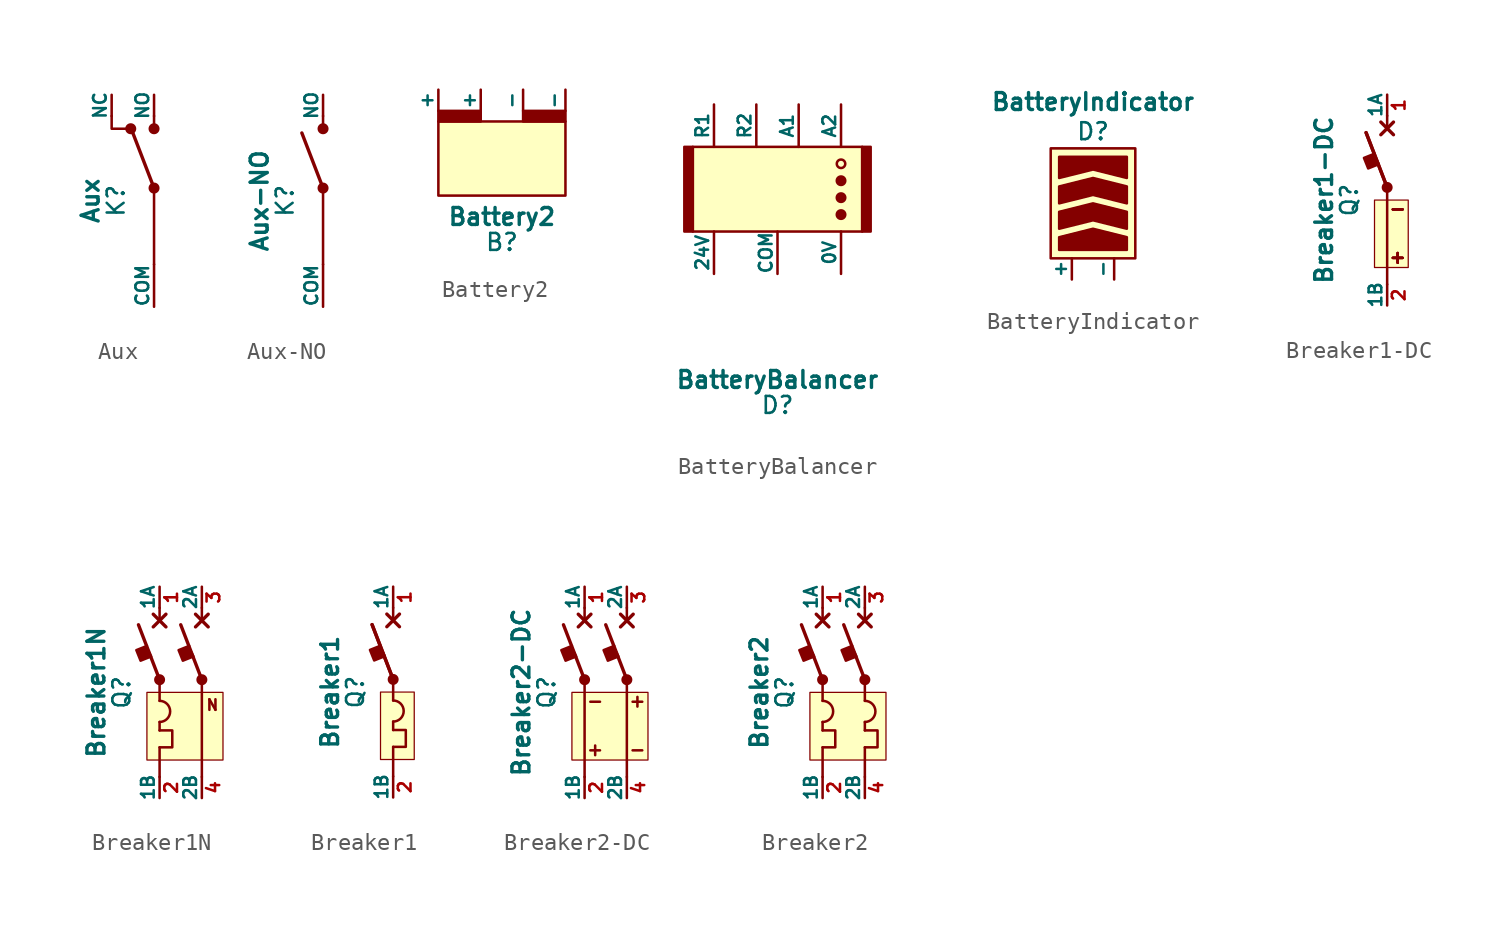
<source format=kicad_sym>
(kicad_symbol_lib
  (version 20231120)
  (generator "kicad_symbol_editor")
  (generator_version "8.0")
  (symbol "Aux"
    (pin_numbers hide)
    (pin_names
      (offset 0))
    (property "Reference" "K"
      (at -2.286 0 90)
      (effects (font (size 1.016 1.016))))
    (property "Value" "Aux"
      (at -3.81 0 90)
      (effects (font (size 1.016 1.016) (bold yes))))
    (symbol "Aux_0_1"
      (polyline (pts (xy 0 0.762) (xy 0 -3.81)) (stroke (width 0) (type solid)) (fill (type none)))
      (polyline (pts (xy 0 5.08) (xy 0 4.318)) (stroke (width 0) (type solid)) (fill (type none)))
      (polyline (pts (xy -2.54 5.08) (xy -2.54 4.318) (xy -1.397 4.318)) (stroke (width 0) (type solid)) (fill (type none))))
    (symbol "Aux_1_1"
      (circle (center -1.397 4.318) (radius 0.254) (stroke (width 0) (type solid)) (fill (type outline)))
      (polyline (pts (xy 0 0.762) (xy -1.27 4.064)) (stroke (width 0.203) (type solid)) (fill (type none)))
      (circle (center 0 0.762) (radius 0.254) (stroke (width 0) (type solid)) (fill (type outline)))
      (circle (center 0 4.318) (radius 0.254) (stroke (width 0) (type solid)) (fill (type outline)))
      (pin passive line (at 0 -6.35 90) (length 2.54) (name "COM" (effects (font (size 0.762 0.762)))) (number "1" (effects (font (size 0.762 0.762)))))
      (pin passive line (at 0 6.35 270) (length 1.27) (name "NO" (effects (font (size 0.762 0.762)))) (number "2" (effects (font (size 0.762 0.762)))))
      (pin passive line (at -2.54 6.35 270) (length 1.27) (name "NC" (effects (font (size 0.762 0.762)))) (number "3" (effects (font (size 0.762 0.762)))))))
  (symbol "Aux-NO"
    (pin_numbers hide)
    (pin_names
      (offset 0))
    (property "Reference" "K"
      (at -2.286 0 90)
      (effects (font (size 1.016 1.016))))
    (property "Value" "Aux-NO"
      (at -3.81 0 90)
      (effects (font (size 1.016 1.016) (bold yes))))
    (symbol "Aux-NO_0_1"
      (polyline (pts (xy 0 0.762) (xy 0 -3.81)) (stroke (width 0) (type solid)) (fill (type none)))
      (polyline (pts (xy 0 5.08) (xy 0 4.318)) (stroke (width 0) (type solid)) (fill (type none))))
    (symbol "Aux-NO_1_1"
      (polyline (pts (xy 0 0.762) (xy -1.27 4.064)) (stroke (width 0.203) (type solid)) (fill (type none)))
      (circle (center 0 0.762) (radius 0.254) (stroke (width 0) (type solid)) (fill (type outline)))
      (circle (center 0 4.318) (radius 0.254) (stroke (width 0) (type solid)) (fill (type outline)))
      (pin passive line (at 0 -6.35 90) (length 2.54) (name "COM" (effects (font (size 0.762 0.762)))) (number "1" (effects (font (size 0.762 0.762)))))
      (pin passive line (at 0 6.35 270) (length 1.27) (name "NO" (effects (font (size 0.762 0.762)))) (number "2" (effects (font (size 0.762 0.762)))))))
  (symbol "Battery2"
    (pin_numbers hide)
    (pin_names
      (offset 0))
    (property "Reference" "B"
      (at 0 -5.334 0)
      (effects (font (size 1.016 1.016))))
    (property "Value" "Battery2"
      (at 0 -3.81 0)
      (effects (font (size 1.016 1.016) (bold yes))))
    (symbol "Battery2_0_1"
      (rectangle (start -3.81 1.905) (end 3.81 -2.54) (stroke (width 0) (type solid)) (fill (type background)))
      (rectangle (start -3.81 2.54) (end -1.27 1.905) (stroke (width 0) (type solid)) (fill (type outline)))
      (rectangle (start 1.27 2.54) (end 3.81 1.905) (stroke (width 0) (type solid)) (fill (type outline))))
    (symbol "Battery2_1_1"
      (pin passive line (at -3.81 3.81 270) (length 1.27) (name "+" (effects (font (size 0.762 0.762)))) (number "1" (effects (font (size 0.762 0.762)))))
      (pin passive line (at -1.27 3.81 270) (length 1.27) (name "+" (effects (font (size 0.762 0.762)))) (number "2" (effects (font (size 0.762 0.762)))))
      (pin passive line (at 1.27 3.81 270) (length 1.27) (name "-" (effects (font (size 0.762 0.762)))) (number "3" (effects (font (size 0.762 0.762)))))
      (pin passive line (at 3.81 3.81 270) (length 1.27) (name "-" (effects (font (size 0.762 0.762)))) (number "4" (effects (font (size 0.762 0.762)))))))
  (symbol "BatteryBalancer"
    (pin_numbers hide)
    (pin_names
      (offset 0))
    (property "Reference" "D"
      (at 0 -12.954 0)
      (effects (font (size 1.016 1.016))))
    (property "Value" "BatteryBalancer"
      (at 0 -11.43 0)
      (effects (font (size 1.016 1.016) (bold yes))))
    (symbol "BatteryBalancer_0_1"
      (rectangle (start -5.588 2.54) (end -5.08 -2.54) (stroke (width 0) (type solid)) (fill (type outline)))
      (rectangle (start -5.08 2.54) (end 5.08 -2.54) (stroke (width 0) (type solid)) (fill (type background)))
      (circle (center 3.81 -1.524) (radius 0.254) (stroke (width 0) (type solid)) (fill (type outline)))
      (circle (center 3.81 -0.508) (radius 0.254) (stroke (width 0) (type solid)) (fill (type outline)))
      (circle (center 3.81 0.508) (radius 0.254) (stroke (width 0) (type solid)) (fill (type outline)))
      (circle (center 3.81 1.524) (radius 0.254) (stroke (width 0) (type solid)) (fill (type none)))
      (rectangle (start 5.08 2.54) (end 5.588 -2.54) (stroke (width 0) (type solid)) (fill (type outline))))
    (symbol "BatteryBalancer_1_1"
      (pin passive line (at -3.81 -5.08 90) (length 2.54) (name "24V" (effects (font (size 0.762 0.762)))) (number "1" (effects (font (size 0.762 0.762)))))
      (pin passive line (at 0 -5.08 90) (length 2.54) (name "COM" (effects (font (size 0.762 0.762)))) (number "2" (effects (font (size 0.762 0.762)))))
      (pin passive line (at 3.81 -5.08 90) (length 2.54) (name "0V" (effects (font (size 0.762 0.762)))) (number "3" (effects (font (size 0.762 0.762)))))
      (pin passive line (at -3.81 5.08 270) (length 2.54) (name "R1" (effects (font (size 0.762 0.762)))) (number "4" (effects (font (size 0.762 0.762)))))
      (pin passive line (at -1.27 5.08 270) (length 2.54) (name "R2" (effects (font (size 0.762 0.762)))) (number "5" (effects (font (size 0.762 0.762)))))
      (pin passive line (at 1.27 5.08 270) (length 2.54) (name "A1" (effects (font (size 0.762 0.762)))) (number "6" (effects (font (size 0.762 0.762)))))
      (pin passive line (at 3.81 5.08 270) (length 2.54) (name "A2" (effects (font (size 0.762 0.762)))) (number "7" (effects (font (size 0.762 0.762)))))))
  (symbol "BatteryIndicator"
    (pin_numbers hide)
    (pin_names
      (offset 0))
    (property "Reference" "D"
      (at 0 5.08 0)
      (effects (font (size 1.016 1.016))))
    (property "Value" "BatteryIndicator"
      (at 0 6.858 0)
      (effects (font (size 1.016 1.016) (bold yes))))
    (symbol "BatteryIndicator_0_1"
      (rectangle (start -2.54 4.064) (end 2.54 -2.54) (stroke (width 0) (type solid)) (fill (type background)))
      (polyline (pts (xy -2.032 -2.032) (xy -2.032 -1.27) (xy 0 -0.762) (xy 2.032 -1.27) (xy 2.032 -2.032) (xy -2.032 -2.032)) (stroke (width 0) (type solid)) (fill (type outline)))
      (polyline (pts (xy -2.032 2.286) (xy 0 2.794) (xy 2.032 2.286) (xy 2.032 3.556) (xy -2.032 3.556) (xy -2.032 2.286)) (stroke (width 0) (type solid)) (fill (type outline)))
      (polyline (pts (xy -2.032 -0.762) (xy 0 -0.254) (xy 2.032 -0.762) (xy 2.032 0.254) (xy 0 0.762) (xy -2.032 0.254) (xy -2.032 -0.762)) (stroke (width 0) (type solid)) (fill (type outline)))
      (polyline (pts (xy -2.032 0.762) (xy 0 1.27) (xy 2.032 0.762) (xy 2.032 1.778) (xy 0 2.286) (xy -2.032 1.778) (xy -2.032 0.762)) (stroke (width 0) (type solid)) (fill (type outline))))
    (symbol "BatteryIndicator_1_1"
      (pin passive line (at -1.27 -3.81 90) (length 1.27) (name "+" (effects (font (size 0.762 0.762)))) (number "1" (effects (font (size 0.762 0.762)))))
      (pin passive line (at 1.27 -3.81 90) (length 1.27) (name "-" (effects (font (size 0.762 0.762)))) (number "2" (effects (font (size 0.762 0.762)))))))
  (symbol "Breaker1-DC"
    (pin_names
      (offset 0))
    (property "Reference" "Q"
      (at -2.286 0 90)
      (effects (font (size 1.016 1.016))))
    (property "Value" "Breaker1-DC"
      (at -3.81 0 90)
      (effects (font (size 1.016 1.016) (bold yes))))
    (symbol "Breaker1-DC_0_1"
      (rectangle (start -0.762 0) (end 1.27 -4.064) (stroke (width 0.076) (type solid)) (fill (type background)))
      (polyline (pts (xy -0.381 3.937) (xy 0.381 4.699)) (stroke (width 0.203) (type solid)) (fill (type none)))
      (polyline (pts (xy -0.381 4.699) (xy 0.381 3.937)) (stroke (width 0.203) (type solid)) (fill (type none)))
      (polyline (pts (xy 0 0.762) (xy 0 -5.08)) (stroke (width 0) (type solid)) (fill (type none)))
      (polyline (pts (xy 0 5.08) (xy 0 4.318)) (stroke (width 0) (type solid)) (fill (type none)))
      (polyline (pts (xy -0.762 2.794) (xy -1.397 2.54) (xy -1.143 1.905) (xy -0.508 2.159) (xy -0.762 2.667)) (stroke (width 0) (type solid)) (fill (type outline))))
    (symbol "Breaker1-DC_1_1"
      (polyline (pts (xy 0 0.762) (xy -1.27 4.064)) (stroke (width 0.203) (type solid)) (fill (type none)))
      (polyline (pts (xy 0 0.762) (xy -1.27 4.064)) (stroke (width 0.203) (type solid)) (fill (type none)))
      (circle (center 0 0.762) (radius 0.254) (stroke (width 0) (type solid)) (fill (type outline)))
      (text "+" (at 0.635 -3.429 0) (effects (font (size 0.762 0.762) (bold yes))))
      (text "+" (at 0.635 -3.429 0) (effects (font (size 0.762 0.762) (bold yes))))
      (text "+" (at 0.635 -3.429 0) (effects (font (size 0.762 0.762) (bold yes))))
      (text "+" (at 0.635 -3.429 0) (effects (font (size 0.762 0.762) (bold yes))))
      (text "-" (at 0.635 -0.508 0) (effects (font (size 0.762 0.762) (bold yes))))
      (text "-" (at 0.635 -0.508 0) (effects (font (size 0.762 0.762) (bold yes))))
      (text "-" (at 0.635 -0.508 0) (effects (font (size 0.762 0.762) (bold yes))))
      (text "-" (at 0.635 -0.508 0) (effects (font (size 0.762 0.762) (bold yes))))
      (pin passive line (at 0 6.35 270) (length 1.27) (name "1A" (effects (font (size 0.762 0.762)))) (number "1" (effects (font (size 0.762 0.762)))))
      (pin passive line (at 0 -6.35 90) (length 1.27) (name "1B" (effects (font (size 0.762 0.762)))) (number "2" (effects (font (size 0.762 0.762)))))))
  (symbol "Breaker1N"
    (pin_names
      (offset 0))
    (property "Reference" "Q"
      (at -3.556 0 90)
      (effects (font (size 1.016 1.016))))
    (property "Value" "Breaker1N"
      (at -5.08 0 90)
      (effects (font (size 1.016 1.016) (bold yes))))
    (symbol "Breaker1N_0_0"
      (text "N" (at 1.905 -0.762 0) (effects (font (size 0.635 0.635)))))
    (symbol "Breaker1N_0_1"
      (rectangle (start -2.032 0) (end 2.54 -4.064) (stroke (width 0.076) (type solid)) (fill (type background)))
      (arc (start -1.27 -1.778) (mid -0.6377 -1.143) (end -1.27 -0.508) (stroke (width 0) (type solid)) (fill (type none)))
      (polyline (pts (xy -1.651 3.937) (xy -0.889 4.699)) (stroke (width 0.203) (type solid)) (fill (type none)))
      (polyline (pts (xy -1.651 4.699) (xy -0.889 3.937)) (stroke (width 0.203) (type solid)) (fill (type none)))
      (polyline (pts (xy -1.27 -3.302) (xy -1.27 -5.08)) (stroke (width 0) (type solid)) (fill (type none)))
      (polyline (pts (xy -1.27 -1.778) (xy -1.27 -2.286)) (stroke (width 0) (type solid)) (fill (type none)))
      (polyline (pts (xy -1.27 0.508) (xy -1.27 -0.508)) (stroke (width 0) (type solid)) (fill (type none)))
      (polyline (pts (xy -1.27 5.08) (xy -1.27 4.318)) (stroke (width 0) (type solid)) (fill (type none)))
      (polyline (pts (xy 0.889 3.937) (xy 1.651 4.699)) (stroke (width 0.203) (type solid)) (fill (type none)))
      (polyline (pts (xy 0.889 4.699) (xy 1.651 3.937)) (stroke (width 0.203) (type solid)) (fill (type none)))
      (polyline (pts (xy 1.27 0.762) (xy 1.27 -5.08)) (stroke (width 0) (type solid)) (fill (type none)))
      (polyline (pts (xy 1.27 5.08) (xy 1.27 4.318)) (stroke (width 0) (type solid)) (fill (type none)))
      (polyline (pts (xy -1.27 -2.286) (xy -0.508 -2.286) (xy -0.508 -3.302) (xy -1.27 -3.302)) (stroke (width 0) (type solid)) (fill (type none)))
      (polyline (pts (xy -2.032 2.794) (xy -2.667 2.54) (xy -2.413 1.905) (xy -1.778 2.159) (xy -2.032 2.667)) (stroke (width 0) (type solid)) (fill (type outline)))
      (polyline (pts (xy 0.508 2.794) (xy -0.127 2.54) (xy 0.127 1.905) (xy 0.762 2.159) (xy 0.508 2.667)) (stroke (width 0) (type solid)) (fill (type outline))))
    (symbol "Breaker1N_1_1"
      (circle (center -1.27 0.762) (radius 0.254) (stroke (width 0) (type solid)) (fill (type outline)))
      (polyline (pts (xy -1.27 0.762) (xy -2.54 4.064)) (stroke (width 0.203) (type solid)) (fill (type none)))
      (polyline (pts (xy 1.27 0.762) (xy 0 4.064)) (stroke (width 0.203) (type solid)) (fill (type none)))
      (circle (center 1.27 0.762) (radius 0.254) (stroke (width 0) (type solid)) (fill (type outline)))
      (pin passive line (at -1.27 6.35 270) (length 1.27) (name "1A" (effects (font (size 0.762 0.762)))) (number "1" (effects (font (size 0.762 0.762)))))
      (pin passive line (at -1.27 -6.35 90) (length 1.27) (name "1B" (effects (font (size 0.762 0.762)))) (number "2" (effects (font (size 0.762 0.762)))))
      (pin passive line (at 1.27 6.35 270) (length 1.27) (name "2A" (effects (font (size 0.762 0.762)))) (number "3" (effects (font (size 0.762 0.762)))))
      (pin passive line (at 1.27 -6.35 90) (length 1.27) (name "2B" (effects (font (size 0.762 0.762)))) (number "4" (effects (font (size 0.762 0.762)))))))
  (symbol "Breaker1"
    (pin_names
      (offset 0))
    (property "Reference" "Q"
      (at -2.286 0 90)
      (effects (font (size 1.016 1.016))))
    (property "Value" "Breaker1"
      (at -3.81 0 90)
      (effects (font (size 1.016 1.016) (bold yes))))
    (symbol "Breaker1_0_1"
      (rectangle (start -0.762 0) (end 1.27 -4.064) (stroke (width 0.076) (type solid)) (fill (type background)))
      (arc (start 0 -1.778) (mid 0.6323 -1.143) (end 0 -0.508) (stroke (width 0) (type solid)) (fill (type none)))
      (polyline (pts (xy -0.381 3.937) (xy 0.381 4.699)) (stroke (width 0.203) (type solid)) (fill (type none)))
      (polyline (pts (xy -0.381 4.699) (xy 0.381 3.937)) (stroke (width 0.203) (type solid)) (fill (type none)))
      (polyline (pts (xy 0 -3.302) (xy 0 -5.08)) (stroke (width 0) (type solid)) (fill (type none)))
      (polyline (pts (xy 0 -1.778) (xy 0 -2.286)) (stroke (width 0) (type solid)) (fill (type none)))
      (polyline (pts (xy 0 0.508) (xy 0 -0.508)) (stroke (width 0) (type solid)) (fill (type none)))
      (polyline (pts (xy 0 5.08) (xy 0 4.318)) (stroke (width 0) (type solid)) (fill (type none)))
      (polyline (pts (xy 0 -2.286) (xy 0.762 -2.286) (xy 0.762 -3.302) (xy 0 -3.302)) (stroke (width 0) (type solid)) (fill (type none)))
      (polyline (pts (xy -0.762 2.794) (xy -1.397 2.54) (xy -1.143 1.905) (xy -0.508 2.159) (xy -0.762 2.667)) (stroke (width 0) (type solid)) (fill (type outline))))
    (symbol "Breaker1_1_1"
      (polyline (pts (xy 0 0.762) (xy -1.27 4.064)) (stroke (width 0.203) (type solid)) (fill (type none)))
      (polyline (pts (xy 0 0.762) (xy -1.27 4.064)) (stroke (width 0.203) (type solid)) (fill (type none)))
      (circle (center 0 0.762) (radius 0.254) (stroke (width 0) (type solid)) (fill (type outline)))
      (pin passive line (at 0 6.35 270) (length 1.27) (name "1A" (effects (font (size 0.762 0.762)))) (number "1" (effects (font (size 0.762 0.762)))))
      (pin passive line (at 0 -6.35 90) (length 1.27) (name "1B" (effects (font (size 0.762 0.762)))) (number "2" (effects (font (size 0.762 0.762)))))))
  (symbol "Breaker2-DC"
    (pin_names
      (offset 0))
    (property "Reference" "Q"
      (at -3.556 0 90)
      (effects (font (size 1.016 1.016))))
    (property "Value" "Breaker2-DC"
      (at -5.08 0 90)
      (effects (font (size 1.016 1.016) (bold yes))))
    (symbol "Breaker2-DC_0_0"
      (text "+" (at -0.635 -3.429 0) (effects (font (size 0.762 0.762) (bold yes))))
      (text "+" (at 1.905 -0.508 0) (effects (font (size 0.762 0.762) (bold yes))))
      (text "-" (at -0.635 -0.508 0) (effects (font (size 0.762 0.762) (bold yes))))
      (text "-" (at 1.905 -3.429 0) (effects (font (size 0.762 0.762) (bold yes)))))
    (symbol "Breaker2-DC_0_1"
      (rectangle (start -2.032 0) (end 2.54 -4.064) (stroke (width 0.076) (type solid)) (fill (type background)))
      (polyline (pts (xy -1.651 3.937) (xy -0.889 4.699)) (stroke (width 0.203) (type solid)) (fill (type none)))
      (polyline (pts (xy -1.651 4.699) (xy -0.889 3.937)) (stroke (width 0.203) (type solid)) (fill (type none)))
      (polyline (pts (xy -1.27 0.762) (xy -1.27 -5.08)) (stroke (width 0) (type solid)) (fill (type none)))
      (polyline (pts (xy -1.27 5.08) (xy -1.27 4.318)) (stroke (width 0) (type solid)) (fill (type none)))
      (polyline (pts (xy 0.889 3.937) (xy 1.651 4.699)) (stroke (width 0.203) (type solid)) (fill (type none)))
      (polyline (pts (xy 0.889 4.699) (xy 1.651 3.937)) (stroke (width 0.203) (type solid)) (fill (type none)))
      (polyline (pts (xy 1.27 0.762) (xy 1.27 -5.08)) (stroke (width 0) (type solid)) (fill (type none)))
      (polyline (pts (xy 1.27 5.08) (xy 1.27 4.318)) (stroke (width 0) (type solid)) (fill (type none)))
      (polyline (pts (xy -2.032 2.794) (xy -2.667 2.54) (xy -2.413 1.905) (xy -1.778 2.159) (xy -2.032 2.667)) (stroke (width 0) (type solid)) (fill (type outline)))
      (polyline (pts (xy 0.508 2.794) (xy -0.127 2.54) (xy 0.127 1.905) (xy 0.762 2.159) (xy 0.508 2.667)) (stroke (width 0) (type solid)) (fill (type outline))))
    (symbol "Breaker2-DC_1_1"
      (circle (center -1.27 0.762) (radius 0.254) (stroke (width 0) (type solid)) (fill (type outline)))
      (polyline (pts (xy -1.27 0.762) (xy -2.54 4.064)) (stroke (width 0.203) (type solid)) (fill (type none)))
      (polyline (pts (xy 1.27 0.762) (xy 0 4.064)) (stroke (width 0.203) (type solid)) (fill (type none)))
      (circle (center 1.27 0.762) (radius 0.254) (stroke (width 0) (type solid)) (fill (type outline)))
      (pin passive line (at -1.27 6.35 270) (length 1.27) (name "1A" (effects (font (size 0.762 0.762)))) (number "1" (effects (font (size 0.762 0.762)))))
      (pin passive line (at -1.27 -6.35 90) (length 1.27) (name "1B" (effects (font (size 0.762 0.762)))) (number "2" (effects (font (size 0.762 0.762)))))
      (pin passive line (at 1.27 6.35 270) (length 1.27) (name "2A" (effects (font (size 0.762 0.762)))) (number "3" (effects (font (size 0.762 0.762)))))
      (pin passive line (at 1.27 -6.35 90) (length 1.27) (name "2B" (effects (font (size 0.762 0.762)))) (number "4" (effects (font (size 0.762 0.762)))))))
  (symbol "Breaker2"
    (pin_names
      (offset 0))
    (property "Reference" "Q"
      (at -3.556 0 90)
      (effects (font (size 1.016 1.016))))
    (property "Value" "Breaker2"
      (at -5.08 0 90)
      (effects (font (size 1.016 1.016) (bold yes))))
    (symbol "Breaker2_0_1"
      (rectangle (start -2.032 0) (end 2.54 -4.064) (stroke (width 0.076) (type solid)) (fill (type background)))
      (arc (start -1.27 -1.778) (mid -0.6377 -1.143) (end -1.27 -0.508) (stroke (width 0) (type solid)) (fill (type none)))
      (polyline (pts (xy -1.651 3.937) (xy -0.889 4.699)) (stroke (width 0.203) (type solid)) (fill (type none)))
      (polyline (pts (xy -1.651 4.699) (xy -0.889 3.937)) (stroke (width 0.203) (type solid)) (fill (type none)))
      (polyline (pts (xy -1.27 -3.302) (xy -1.27 -5.08)) (stroke (width 0) (type solid)) (fill (type none)))
      (polyline (pts (xy -1.27 -1.778) (xy -1.27 -2.286)) (stroke (width 0) (type solid)) (fill (type none)))
      (polyline (pts (xy -1.27 0.508) (xy -1.27 -0.508)) (stroke (width 0) (type solid)) (fill (type none)))
      (polyline (pts (xy -1.27 5.08) (xy -1.27 4.318)) (stroke (width 0) (type solid)) (fill (type none)))
      (polyline (pts (xy 0.889 3.937) (xy 1.651 4.699)) (stroke (width 0.203) (type solid)) (fill (type none)))
      (polyline (pts (xy 0.889 4.699) (xy 1.651 3.937)) (stroke (width 0.203) (type solid)) (fill (type none)))
      (polyline (pts (xy 1.27 -3.302) (xy 1.27 -5.08)) (stroke (width 0) (type solid)) (fill (type none)))
      (polyline (pts (xy 1.27 -1.778) (xy 1.27 -2.286)) (stroke (width 0) (type solid)) (fill (type none)))
      (polyline (pts (xy 1.27 0.508) (xy 1.27 -0.508)) (stroke (width 0) (type solid)) (fill (type none)))
      (polyline (pts (xy 1.27 5.08) (xy 1.27 4.318)) (stroke (width 0) (type solid)) (fill (type none)))
      (polyline (pts (xy -1.27 -2.286) (xy -0.508 -2.286) (xy -0.508 -3.302) (xy -1.27 -3.302)) (stroke (width 0) (type solid)) (fill (type none)))
      (polyline (pts (xy 1.27 -2.286) (xy 2.032 -2.286) (xy 2.032 -3.302) (xy 1.27 -3.302)) (stroke (width 0) (type solid)) (fill (type none)))
      (polyline (pts (xy -2.032 2.794) (xy -2.667 2.54) (xy -2.413 1.905) (xy -1.778 2.159) (xy -2.032 2.667)) (stroke (width 0) (type solid)) (fill (type outline)))
      (polyline (pts (xy 0.508 2.794) (xy -0.127 2.54) (xy 0.127 1.905) (xy 0.762 2.159) (xy 0.508 2.667)) (stroke (width 0) (type solid)) (fill (type outline)))
      (arc (start 1.27 -1.778) (mid 1.9022 -1.143) (end 1.27 -0.508) (stroke (width 0) (type solid)) (fill (type none))))
    (symbol "Breaker2_1_1"
      (circle (center -1.27 0.762) (radius 0.254) (stroke (width 0) (type solid)) (fill (type outline)))
      (polyline (pts (xy -1.27 0.762) (xy -2.54 4.064)) (stroke (width 0.203) (type solid)) (fill (type none)))
      (polyline (pts (xy 1.27 0.762) (xy 0 4.064)) (stroke (width 0.203) (type solid)) (fill (type none)))
      (circle (center 1.27 0.762) (radius 0.254) (stroke (width 0) (type solid)) (fill (type outline)))
      (pin passive line (at -1.27 6.35 270) (length 1.27) (name "1A" (effects (font (size 0.762 0.762)))) (number "1" (effects (font (size 0.762 0.762)))))
      (pin passive line (at -1.27 -6.35 90) (length 1.27) (name "1B" (effects (font (size 0.762 0.762)))) (number "2" (effects (font (size 0.762 0.762)))))
      (pin passive line (at 1.27 6.35 270) (length 1.27) (name "2A" (effects (font (size 0.762 0.762)))) (number "3" (effects (font (size 0.762 0.762)))))
      (pin passive line (at 1.27 -6.35 90) (length 1.27) (name "2B" (effects (font (size 0.762 0.762)))) (number "4" (effects (font (size 0.762 0.762))))))))
</source>
